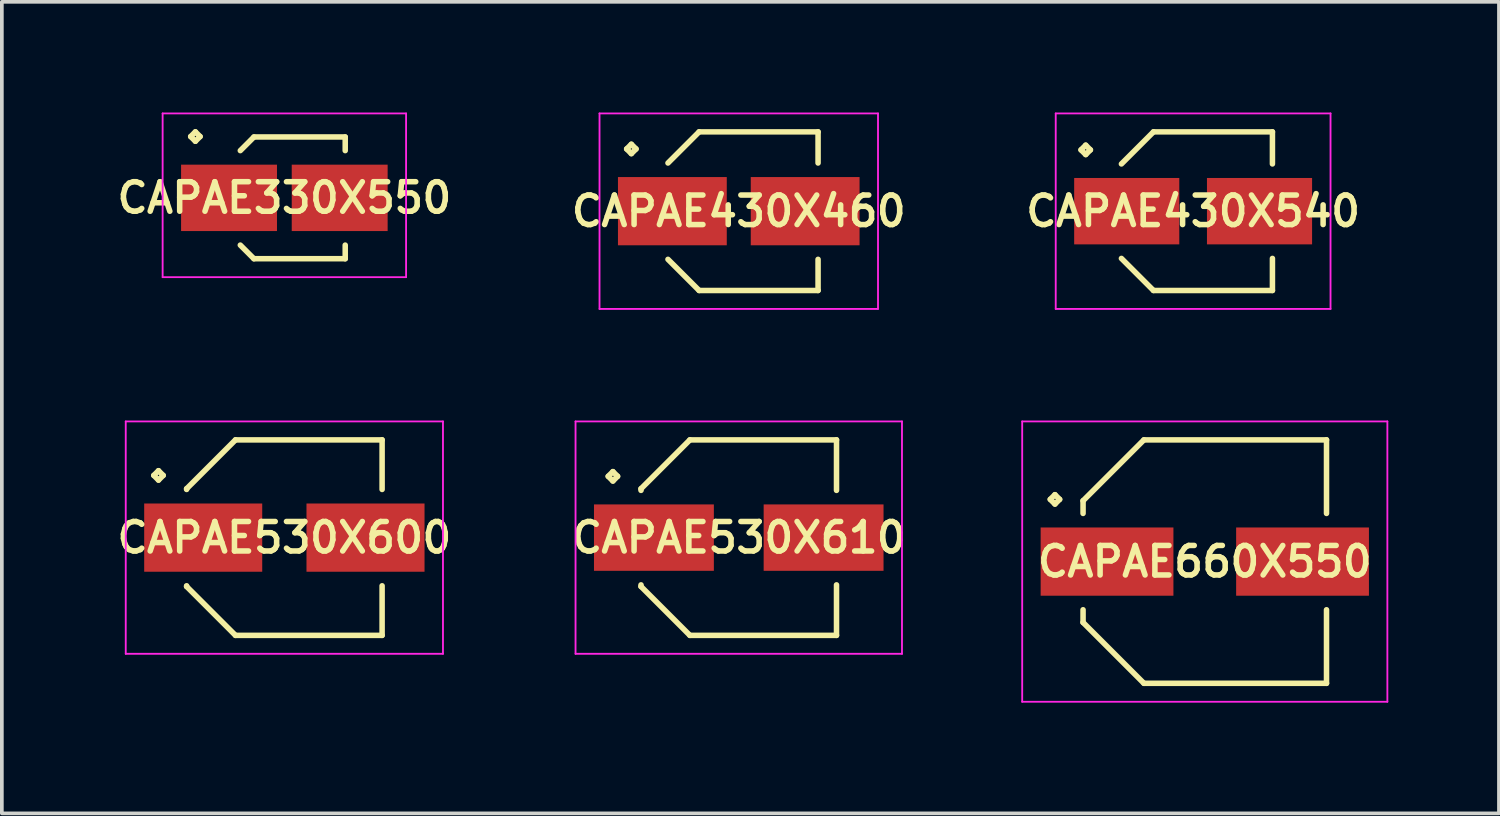
<source format=kicad_pcb>
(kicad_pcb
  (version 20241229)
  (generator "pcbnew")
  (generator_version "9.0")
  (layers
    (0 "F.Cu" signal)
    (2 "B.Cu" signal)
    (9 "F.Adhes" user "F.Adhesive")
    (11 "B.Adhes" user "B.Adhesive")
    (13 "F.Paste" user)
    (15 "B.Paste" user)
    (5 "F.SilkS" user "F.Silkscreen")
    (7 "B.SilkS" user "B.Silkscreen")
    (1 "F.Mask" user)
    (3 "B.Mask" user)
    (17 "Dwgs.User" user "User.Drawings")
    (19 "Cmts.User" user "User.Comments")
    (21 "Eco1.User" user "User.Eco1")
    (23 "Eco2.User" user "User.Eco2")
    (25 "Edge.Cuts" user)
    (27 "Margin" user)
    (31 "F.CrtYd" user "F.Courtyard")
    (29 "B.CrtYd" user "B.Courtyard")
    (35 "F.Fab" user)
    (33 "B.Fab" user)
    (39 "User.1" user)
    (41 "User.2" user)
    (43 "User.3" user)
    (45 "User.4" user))
  (footprint "CAPAE330X550"
    (layer "F.Cu")
    (at 4.659 2.314)
    (property "Reference" "CAPAE330X550" (at 0 0 0) (layer "F.SilkS") (effects (font (size 0.8 0.8) (thickness 0.15))))
    (attr smd)
    (fp_line (start -2.539 -1.662) (end -2.412 -1.789) (stroke (width 0.15) (type solid)) (layer "F.SilkS"))
    (fp_line (start -2.412 -1.789) (end -2.285 -1.662) (stroke (width 0.15) (type solid)) (layer "F.SilkS"))
    (fp_line (start -2.412 -1.535) (end -2.539 -1.662) (stroke (width 0.15) (type solid)) (layer "F.SilkS"))
    (fp_line (start -2.285 -1.662) (end -2.412 -1.535) (stroke (width 0.15) (type solid)) (layer "F.SilkS"))
    (fp_line (start -0.825 -1.65) (end -1.194 -1.281) (stroke (width 0.15) (type solid)) (layer "F.SilkS"))
    (fp_line (start -0.825 1.65) (end -1.194 1.281) (stroke (width 0.15) (type solid)) (layer "F.SilkS"))
    (fp_line (start 1.65 -1.65) (end -0.825 -1.65) (stroke (width 0.15) (type solid)) (layer "F.SilkS"))
    (fp_line (start 1.65 -1.281) (end 1.65 -1.65) (stroke (width 0.15) (type solid)) (layer "F.SilkS"))
    (fp_line (start 1.65 1.281) (end 1.65 1.65) (stroke (width 0.15) (type solid)) (layer "F.SilkS"))
    (fp_line (start 1.65 1.65) (end -0.825 1.65) (stroke (width 0.15) (type solid)) (layer "F.SilkS"))
    (fp_line (start -3.3 -2.289) (end 3.3 -2.289) (stroke (width 0.05) (type solid)) (layer "F.CrtYd"))
    (fp_line (start -3.3 2.15) (end -3.3 -2.289) (stroke (width 0.05) (type solid)) (layer "F.CrtYd"))
    (fp_line (start 3.3 -2.289) (end 3.3 2.15) (stroke (width 0.05) (type solid)) (layer "F.CrtYd"))
    (fp_line (start 3.3 2.15) (end -3.3 2.15) (stroke (width 0.05) (type solid)) (layer "F.CrtYd"))
    (pad "1" smd rect (at -1.5 0) (size 2.6 1.8) (layers "F.Cu" "F.Mask" "F.Paste"))
    (pad "2" smd rect (at 1.5 0) (size 2.6 1.8) (layers "F.Cu" "F.Mask" "F.Paste")))
  (footprint "CAPAE530X610"
    (layer "F.Cu")
    (at 16.978 11.525)
    (property "Reference" "CAPAE530X610" (at 0 0 0) (layer "F.SilkS") (effects (font (size 0.8 0.8) (thickness 0.15))))
    (attr smd)
    (fp_line (start -3.539 -1.662) (end -3.412 -1.789) (stroke (width 0.15) (type solid)) (layer "F.SilkS"))
    (fp_line (start -3.412 -1.789) (end -3.285 -1.662) (stroke (width 0.15) (type solid)) (layer "F.SilkS"))
    (fp_line (start -3.412 -1.535) (end -3.539 -1.662) (stroke (width 0.15) (type solid)) (layer "F.SilkS"))
    (fp_line (start -3.285 -1.662) (end -3.412 -1.535) (stroke (width 0.15) (type solid)) (layer "F.SilkS"))
    (fp_line (start -2.65 -1.325) (end -2.65 -1.281) (stroke (width 0.15) (type solid)) (layer "F.SilkS"))
    (fp_line (start -2.65 1.325) (end -2.65 1.281) (stroke (width 0.15) (type solid)) (layer "F.SilkS"))
    (fp_line (start -1.325 -2.65) (end -2.65 -1.325) (stroke (width 0.15) (type solid)) (layer "F.SilkS"))
    (fp_line (start -1.325 2.65) (end -2.65 1.325) (stroke (width 0.15) (type solid)) (layer "F.SilkS"))
    (fp_line (start 2.65 -2.65) (end -1.325 -2.65) (stroke (width 0.15) (type solid)) (layer "F.SilkS"))
    (fp_line (start 2.65 -1.281) (end 2.65 -2.65) (stroke (width 0.15) (type solid)) (layer "F.SilkS"))
    (fp_line (start 2.65 1.281) (end 2.65 2.65) (stroke (width 0.15) (type solid)) (layer "F.SilkS"))
    (fp_line (start 2.65 2.65) (end -1.325 2.65) (stroke (width 0.15) (type solid)) (layer "F.SilkS"))
    (fp_line (start -4.425 -3.15) (end 4.425 -3.15) (stroke (width 0.05) (type solid)) (layer "F.CrtYd"))
    (fp_line (start -4.425 3.15) (end -4.425 -3.15) (stroke (width 0.05) (type solid)) (layer "F.CrtYd"))
    (fp_line (start 4.425 -3.15) (end 4.425 3.15) (stroke (width 0.05) (type solid)) (layer "F.CrtYd"))
    (fp_line (start 4.425 3.15) (end -4.425 3.15) (stroke (width 0.05) (type solid)) (layer "F.CrtYd"))
    (pad "1" smd rect (at -2.3 0) (size 3.25 1.8) (layers "F.Cu" "F.Mask" "F.Paste"))
    (pad "2" smd rect (at 2.3 0) (size 3.25 1.8) (layers "F.Cu" "F.Mask" "F.Paste")))
  (footprint "CAPAE430X540"
    (layer "F.Cu")
    (at 29.296 2.675)
    (property "Reference" "CAPAE430X540" (at 0 0 0) (layer "F.SilkS") (effects (font (size 0.8 0.8) (thickness 0.15))))
    (attr smd)
    (fp_line (start -3.039 -1.662) (end -2.912 -1.789) (stroke (width 0.15) (type solid)) (layer "F.SilkS"))
    (fp_line (start -2.912 -1.789) (end -2.785 -1.662) (stroke (width 0.15) (type solid)) (layer "F.SilkS"))
    (fp_line (start -2.912 -1.535) (end -3.039 -1.662) (stroke (width 0.15) (type solid)) (layer "F.SilkS"))
    (fp_line (start -2.785 -1.662) (end -2.912 -1.535) (stroke (width 0.15) (type solid)) (layer "F.SilkS"))
    (fp_line (start -1.075 -2.15) (end -1.944 -1.281) (stroke (width 0.15) (type solid)) (layer "F.SilkS"))
    (fp_line (start -1.075 2.15) (end -1.944 1.281) (stroke (width 0.15) (type solid)) (layer "F.SilkS"))
    (fp_line (start 2.15 -2.15) (end -1.075 -2.15) (stroke (width 0.15) (type solid)) (layer "F.SilkS"))
    (fp_line (start 2.15 -1.281) (end 2.15 -2.15) (stroke (width 0.15) (type solid)) (layer "F.SilkS"))
    (fp_line (start 2.15 1.281) (end 2.15 2.15) (stroke (width 0.15) (type solid)) (layer "F.SilkS"))
    (fp_line (start 2.15 2.15) (end -1.075 2.15) (stroke (width 0.15) (type solid)) (layer "F.SilkS"))
    (fp_line (start -3.725 -2.65) (end 3.725 -2.65) (stroke (width 0.05) (type solid)) (layer "F.CrtYd"))
    (fp_line (start -3.725 2.65) (end -3.725 -2.65) (stroke (width 0.05) (type solid)) (layer "F.CrtYd"))
    (fp_line (start 3.725 -2.65) (end 3.725 2.65) (stroke (width 0.05) (type solid)) (layer "F.CrtYd"))
    (fp_line (start 3.725 2.65) (end -3.725 2.65) (stroke (width 0.05) (type solid)) (layer "F.CrtYd"))
    (pad "1" smd rect (at -1.8 0) (size 2.85 1.8) (layers "F.Cu" "F.Mask" "F.Paste"))
    (pad "2" smd rect (at 1.8 0) (size 2.85 1.8) (layers "F.Cu" "F.Mask" "F.Paste")))
  (footprint "CAPAE660X550"
    (layer "F.Cu")
    (at 29.612 12.175)
    (property "Reference" "CAPAE660X550" (at 0 0 0) (layer "F.SilkS") (effects (font (size 0.8 0.8) (thickness 0.15))))
    (attr smd)
    (fp_line (start -4.189 -1.687) (end -4.062 -1.814) (stroke (width 0.15) (type solid)) (layer "F.SilkS"))
    (fp_line (start -4.062 -1.814) (end -3.935 -1.687) (stroke (width 0.15) (type solid)) (layer "F.SilkS"))
    (fp_line (start -4.062 -1.56) (end -4.189 -1.687) (stroke (width 0.15) (type solid)) (layer "F.SilkS"))
    (fp_line (start -3.935 -1.687) (end -4.062 -1.56) (stroke (width 0.15) (type solid)) (layer "F.SilkS"))
    (fp_line (start -3.3 -1.65) (end -3.3 -1.306) (stroke (width 0.15) (type solid)) (layer "F.SilkS"))
    (fp_line (start -3.3 1.65) (end -3.3 1.306) (stroke (width 0.15) (type solid)) (layer "F.SilkS"))
    (fp_line (start -1.65 -3.3) (end -3.3 -1.65) (stroke (width 0.15) (type solid)) (layer "F.SilkS"))
    (fp_line (start -1.65 3.3) (end -3.3 1.65) (stroke (width 0.15) (type solid)) (layer "F.SilkS"))
    (fp_line (start 3.3 -3.3) (end -1.65 -3.3) (stroke (width 0.15) (type solid)) (layer "F.SilkS"))
    (fp_line (start 3.3 -1.306) (end 3.3 -3.3) (stroke (width 0.15) (type solid)) (layer "F.SilkS"))
    (fp_line (start 3.3 1.306) (end 3.3 3.3) (stroke (width 0.15) (type solid)) (layer "F.SilkS"))
    (fp_line (start 3.3 3.3) (end -1.65 3.3) (stroke (width 0.15) (type solid)) (layer "F.SilkS"))
    (fp_line (start -4.95 -3.8) (end 4.95 -3.8) (stroke (width 0.05) (type solid)) (layer "F.CrtYd"))
    (fp_line (start -4.95 3.8) (end -4.95 -3.8) (stroke (width 0.05) (type solid)) (layer "F.CrtYd"))
    (fp_line (start 4.95 -3.8) (end 4.95 3.8) (stroke (width 0.05) (type solid)) (layer "F.CrtYd"))
    (fp_line (start 4.95 3.8) (end -4.95 3.8) (stroke (width 0.05) (type solid)) (layer "F.CrtYd"))
    (pad "1" smd rect (at -2.65 0) (size 3.6 1.85) (layers "F.Cu" "F.Mask" "F.Paste"))
    (pad "2" smd rect (at 2.65 0) (size 3.6 1.85) (layers "F.Cu" "F.Mask" "F.Paste")))
  (footprint "CAPAE430X460"
    (layer "F.Cu")
    (at 16.978 2.675)
    (property "Reference" "CAPAE430X460" (at 0 0 0) (layer "F.SilkS") (effects (font (size 0.8 0.8) (thickness 0.15))))
    (attr smd)
    (fp_line (start -3.039 -1.687) (end -2.912 -1.814) (stroke (width 0.15) (type solid)) (layer "F.SilkS"))
    (fp_line (start -2.912 -1.814) (end -2.785 -1.687) (stroke (width 0.15) (type solid)) (layer "F.SilkS"))
    (fp_line (start -2.912 -1.56) (end -3.039 -1.687) (stroke (width 0.15) (type solid)) (layer "F.SilkS"))
    (fp_line (start -2.785 -1.687) (end -2.912 -1.56) (stroke (width 0.15) (type solid)) (layer "F.SilkS"))
    (fp_line (start -1.075 -2.15) (end -1.919 -1.306) (stroke (width 0.15) (type solid)) (layer "F.SilkS"))
    (fp_line (start -1.075 2.15) (end -1.919 1.306) (stroke (width 0.15) (type solid)) (layer "F.SilkS"))
    (fp_line (start 2.15 -2.15) (end -1.075 -2.15) (stroke (width 0.15) (type solid)) (layer "F.SilkS"))
    (fp_line (start 2.15 -1.306) (end 2.15 -2.15) (stroke (width 0.15) (type solid)) (layer "F.SilkS"))
    (fp_line (start 2.15 1.306) (end 2.15 2.15) (stroke (width 0.15) (type solid)) (layer "F.SilkS"))
    (fp_line (start 2.15 2.15) (end -1.075 2.15) (stroke (width 0.15) (type solid)) (layer "F.SilkS"))
    (fp_line (start -3.775 -2.65) (end 3.775 -2.65) (stroke (width 0.05) (type solid)) (layer "F.CrtYd"))
    (fp_line (start -3.775 2.65) (end -3.775 -2.65) (stroke (width 0.05) (type solid)) (layer "F.CrtYd"))
    (fp_line (start 3.775 -2.65) (end 3.775 2.65) (stroke (width 0.05) (type solid)) (layer "F.CrtYd"))
    (fp_line (start 3.775 2.65) (end -3.775 2.65) (stroke (width 0.05) (type solid)) (layer "F.CrtYd"))
    (pad "1" smd rect (at -1.8 0) (size 2.95 1.85) (layers "F.Cu" "F.Mask" "F.Paste"))
    (pad "2" smd rect (at 1.8 0) (size 2.95 1.85) (layers "F.Cu" "F.Mask" "F.Paste")))
  (footprint "CAPAE530X600"
    (layer "F.Cu")
    (at 4.659 11.525)
    (property "Reference" "CAPAE530X600" (at 0 0 0) (layer "F.SilkS") (effects (font (size 0.8 0.8) (thickness 0.15))))
    (attr smd)
    (fp_line (start -3.539 -1.687) (end -3.412 -1.814) (stroke (width 0.15) (type solid)) (layer "F.SilkS"))
    (fp_line (start -3.412 -1.814) (end -3.285 -1.687) (stroke (width 0.15) (type solid)) (layer "F.SilkS"))
    (fp_line (start -3.412 -1.56) (end -3.539 -1.687) (stroke (width 0.15) (type solid)) (layer "F.SilkS"))
    (fp_line (start -3.285 -1.687) (end -3.412 -1.56) (stroke (width 0.15) (type solid)) (layer "F.SilkS"))
    (fp_line (start -2.65 -1.325) (end -2.65 -1.306) (stroke (width 0.15) (type solid)) (layer "F.SilkS"))
    (fp_line (start -2.65 1.325) (end -2.65 1.306) (stroke (width 0.15) (type solid)) (layer "F.SilkS"))
    (fp_line (start -1.325 -2.65) (end -2.65 -1.325) (stroke (width 0.15) (type solid)) (layer "F.SilkS"))
    (fp_line (start -1.325 2.65) (end -2.65 1.325) (stroke (width 0.15) (type solid)) (layer "F.SilkS"))
    (fp_line (start 2.65 -2.65) (end -1.325 -2.65) (stroke (width 0.15) (type solid)) (layer "F.SilkS"))
    (fp_line (start 2.65 -1.306) (end 2.65 -2.65) (stroke (width 0.15) (type solid)) (layer "F.SilkS"))
    (fp_line (start 2.65 1.306) (end 2.65 2.65) (stroke (width 0.15) (type solid)) (layer "F.SilkS"))
    (fp_line (start 2.65 2.65) (end -1.325 2.65) (stroke (width 0.15) (type solid)) (layer "F.SilkS"))
    (fp_line (start -4.3 -3.15) (end 4.3 -3.15) (stroke (width 0.05) (type solid)) (layer "F.CrtYd"))
    (fp_line (start -4.3 3.15) (end -4.3 -3.15) (stroke (width 0.05) (type solid)) (layer "F.CrtYd"))
    (fp_line (start 4.3 -3.15) (end 4.3 3.15) (stroke (width 0.05) (type solid)) (layer "F.CrtYd"))
    (fp_line (start 4.3 3.15) (end -4.3 3.15) (stroke (width 0.05) (type solid)) (layer "F.CrtYd"))
    (pad "1" smd rect (at -2.2 0) (size 3.2 1.85) (layers "F.Cu" "F.Mask" "F.Paste"))
    (pad "2" smd rect (at 2.2 0) (size 3.2 1.85) (layers "F.Cu" "F.Mask" "F.Paste")))
  (gr_rect
    (start -3 -3)
    (end 37.587 19)
    (stroke (width 0.1) (type default))
    (fill no)
    (layer "Edge.Cuts")))
</source>
